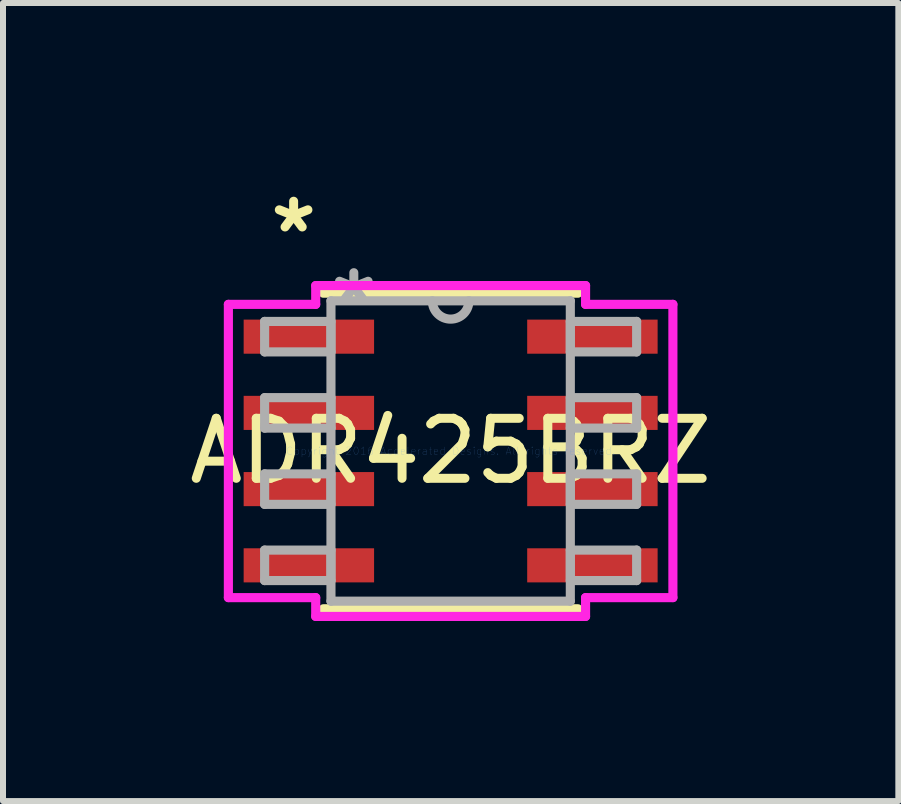
<source format=kicad_pcb>
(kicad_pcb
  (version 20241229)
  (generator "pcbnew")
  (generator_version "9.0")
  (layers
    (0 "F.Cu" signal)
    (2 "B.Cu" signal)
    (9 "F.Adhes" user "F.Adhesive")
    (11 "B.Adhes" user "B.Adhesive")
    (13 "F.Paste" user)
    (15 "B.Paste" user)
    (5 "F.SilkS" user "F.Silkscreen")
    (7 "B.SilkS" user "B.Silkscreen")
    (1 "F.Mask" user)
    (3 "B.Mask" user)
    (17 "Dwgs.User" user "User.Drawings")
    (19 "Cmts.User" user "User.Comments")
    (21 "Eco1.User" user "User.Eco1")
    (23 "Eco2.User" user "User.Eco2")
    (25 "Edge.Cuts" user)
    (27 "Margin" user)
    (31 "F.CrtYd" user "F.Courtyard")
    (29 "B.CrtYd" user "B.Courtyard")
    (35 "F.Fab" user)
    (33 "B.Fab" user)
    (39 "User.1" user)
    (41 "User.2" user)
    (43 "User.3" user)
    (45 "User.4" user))
  (footprint "ADR425BRZ"
    (layer "F.Cu")
    (at 4.458 4.464)
    (property "Reference" "ADR425BRZ" (at 0 0 0) (layer "F.SilkS") (effects (font (size 1 1) (thickness 0.15))))
    (attr through_hole)
    (fp_line (start -2.121 2.629) (end 2.121 2.629) (stroke (width 0.152) (type solid)) (layer "F.SilkS"))
    (fp_line (start 2.121 -2.629) (end -2.121 -2.629) (stroke (width 0.152) (type solid)) (layer "F.SilkS"))
    (fp_line (start -3.703 -2.443) (end -2.248 -2.443) (stroke (width 0.152) (type solid)) (layer "F.CrtYd"))
    (fp_line (start -3.703 2.443) (end -3.703 -2.443) (stroke (width 0.152) (type solid)) (layer "F.CrtYd"))
    (fp_line (start -2.248 -2.756) (end 2.248 -2.756) (stroke (width 0.152) (type solid)) (layer "F.CrtYd"))
    (fp_line (start -2.248 -2.443) (end -2.248 -2.756) (stroke (width 0.152) (type solid)) (layer "F.CrtYd"))
    (fp_line (start -2.248 2.443) (end -3.703 2.443) (stroke (width 0.152) (type solid)) (layer "F.CrtYd"))
    (fp_line (start -2.248 2.756) (end -2.248 2.443) (stroke (width 0.152) (type solid)) (layer "F.CrtYd"))
    (fp_line (start 2.248 -2.756) (end 2.248 -2.443) (stroke (width 0.152) (type solid)) (layer "F.CrtYd"))
    (fp_line (start 2.248 -2.443) (end 3.703 -2.443) (stroke (width 0.152) (type solid)) (layer "F.CrtYd"))
    (fp_line (start 2.248 2.443) (end 2.248 2.756) (stroke (width 0.152) (type solid)) (layer "F.CrtYd"))
    (fp_line (start 2.248 2.756) (end -2.248 2.756) (stroke (width 0.152) (type solid)) (layer "F.CrtYd"))
    (fp_line (start 3.703 -2.443) (end 3.703 2.443) (stroke (width 0.152) (type solid)) (layer "F.CrtYd"))
    (fp_line (start 3.703 2.443) (end 2.248 2.443) (stroke (width 0.152) (type solid)) (layer "F.CrtYd"))
    (fp_line (start -3.099 -2.159) (end -3.099 -1.651) (stroke (width 0.152) (type solid)) (layer "F.Fab"))
    (fp_line (start -3.099 -1.651) (end -1.994 -1.651) (stroke (width 0.152) (type solid)) (layer "F.Fab"))
    (fp_line (start -3.099 -0.889) (end -3.099 -0.381) (stroke (width 0.152) (type solid)) (layer "F.Fab"))
    (fp_line (start -3.099 -0.381) (end -1.994 -0.381) (stroke (width 0.152) (type solid)) (layer "F.Fab"))
    (fp_line (start -3.099 0.381) (end -3.099 0.889) (stroke (width 0.152) (type solid)) (layer "F.Fab"))
    (fp_line (start -3.099 0.889) (end -1.994 0.889) (stroke (width 0.152) (type solid)) (layer "F.Fab"))
    (fp_line (start -3.099 1.651) (end -3.099 2.159) (stroke (width 0.152) (type solid)) (layer "F.Fab"))
    (fp_line (start -3.099 2.159) (end -1.994 2.159) (stroke (width 0.152) (type solid)) (layer "F.Fab"))
    (fp_line (start -1.994 -2.502) (end -1.994 2.502) (stroke (width 0.152) (type solid)) (layer "F.Fab"))
    (fp_line (start -1.994 -2.159) (end -3.099 -2.159) (stroke (width 0.152) (type solid)) (layer "F.Fab"))
    (fp_line (start -1.994 -1.651) (end -1.994 -2.159) (stroke (width 0.152) (type solid)) (layer "F.Fab"))
    (fp_line (start -1.994 -0.889) (end -3.099 -0.889) (stroke (width 0.152) (type solid)) (layer "F.Fab"))
    (fp_line (start -1.994 -0.381) (end -1.994 -0.889) (stroke (width 0.152) (type solid)) (layer "F.Fab"))
    (fp_line (start -1.994 0.381) (end -3.099 0.381) (stroke (width 0.152) (type solid)) (layer "F.Fab"))
    (fp_line (start -1.994 0.889) (end -1.994 0.381) (stroke (width 0.152) (type solid)) (layer "F.Fab"))
    (fp_line (start -1.994 1.651) (end -3.099 1.651) (stroke (width 0.152) (type solid)) (layer "F.Fab"))
    (fp_line (start -1.994 2.159) (end -1.994 1.651) (stroke (width 0.152) (type solid)) (layer "F.Fab"))
    (fp_line (start -1.994 2.502) (end 1.994 2.502) (stroke (width 0.152) (type solid)) (layer "F.Fab"))
    (fp_line (start 1.994 -2.502) (end -1.994 -2.502) (stroke (width 0.152) (type solid)) (layer "F.Fab"))
    (fp_line (start 1.994 -2.159) (end 1.994 -1.651) (stroke (width 0.152) (type solid)) (layer "F.Fab"))
    (fp_line (start 1.994 -1.651) (end 3.099 -1.651) (stroke (width 0.152) (type solid)) (layer "F.Fab"))
    (fp_line (start 1.994 -0.889) (end 1.994 -0.381) (stroke (width 0.152) (type solid)) (layer "F.Fab"))
    (fp_line (start 1.994 -0.381) (end 3.099 -0.381) (stroke (width 0.152) (type solid)) (layer "F.Fab"))
    (fp_line (start 1.994 0.381) (end 1.994 0.889) (stroke (width 0.152) (type solid)) (layer "F.Fab"))
    (fp_line (start 1.994 0.889) (end 3.099 0.889) (stroke (width 0.152) (type solid)) (layer "F.Fab"))
    (fp_line (start 1.994 1.651) (end 1.994 2.159) (stroke (width 0.152) (type solid)) (layer "F.Fab"))
    (fp_line (start 1.994 2.159) (end 3.099 2.159) (stroke (width 0.152) (type solid)) (layer "F.Fab"))
    (fp_line (start 1.994 2.502) (end 1.994 -2.502) (stroke (width 0.152) (type solid)) (layer "F.Fab"))
    (fp_line (start 3.099 -2.159) (end 1.994 -2.159) (stroke (width 0.152) (type solid)) (layer "F.Fab"))
    (fp_line (start 3.099 -1.651) (end 3.099 -2.159) (stroke (width 0.152) (type solid)) (layer "F.Fab"))
    (fp_line (start 3.099 -0.889) (end 1.994 -0.889) (stroke (width 0.152) (type solid)) (layer "F.Fab"))
    (fp_line (start 3.099 -0.381) (end 3.099 -0.889) (stroke (width 0.152) (type solid)) (layer "F.Fab"))
    (fp_line (start 3.099 0.381) (end 1.994 0.381) (stroke (width 0.152) (type solid)) (layer "F.Fab"))
    (fp_line (start 3.099 0.889) (end 3.099 0.381) (stroke (width 0.152) (type solid)) (layer "F.Fab"))
    (fp_line (start 3.099 1.651) (end 1.994 1.651) (stroke (width 0.152) (type solid)) (layer "F.Fab"))
    (fp_line (start 3.099 2.159) (end 3.099 1.651) (stroke (width 0.152) (type solid)) (layer "F.Fab"))
    (fp_arc (start 0.3048 -2.5019) (mid 0 -2.1971) (end -0.3048 -2.5019) (stroke (width 0.1524) (type solid)) (layer "F.Fab"))
    (fp_text user "*" (at -2.616 -3.616 0) (layer "F.SilkS") (effects (font (size 1 1) (thickness 0.15))))
    (fp_text user "Copyright 2016 Accelerated Designs. All rights reserved." (at 0 0 0) (layer "Cmts.User") (effects (font (size 0.127 0.127) (thickness 0.002))))
    (fp_text user "*" (at -1.613 -2.426 0) (layer "F.Fab") (effects (font (size 1 1) (thickness 0.15))))
    (pad "1" smd rect (at -2.362 -1.905) (size 2.173 0.568) (layers "F.Cu" "F.Mask" "F.Paste"))
    (pad "2" smd rect (at -2.362 -0.635) (size 2.173 0.568) (layers "F.Cu" "F.Mask" "F.Paste"))
    (pad "3" smd rect (at -2.362 0.635) (size 2.173 0.568) (layers "F.Cu" "F.Mask" "F.Paste"))
    (pad "4" smd rect (at -2.362 1.905) (size 2.173 0.568) (layers "F.Cu" "F.Mask" "F.Paste"))
    (pad "5" smd rect (at 2.362 1.905) (size 2.173 0.568) (layers "F.Cu" "F.Mask" "F.Paste"))
    (pad "6" smd rect (at 2.362 0.635) (size 2.173 0.568) (layers "F.Cu" "F.Mask" "F.Paste"))
    (pad "7" smd rect (at 2.362 -0.635) (size 2.173 0.568) (layers "F.Cu" "F.Mask" "F.Paste"))
    (pad "8" smd rect (at 2.362 -1.905) (size 2.173 0.568) (layers "F.Cu" "F.Mask" "F.Paste")))
  (gr_rect
    (start -3 -3)
    (end 11.917 10.296)
    (stroke (width 0.1) (type default))
    (fill no)
    (layer "Edge.Cuts")))
</source>
